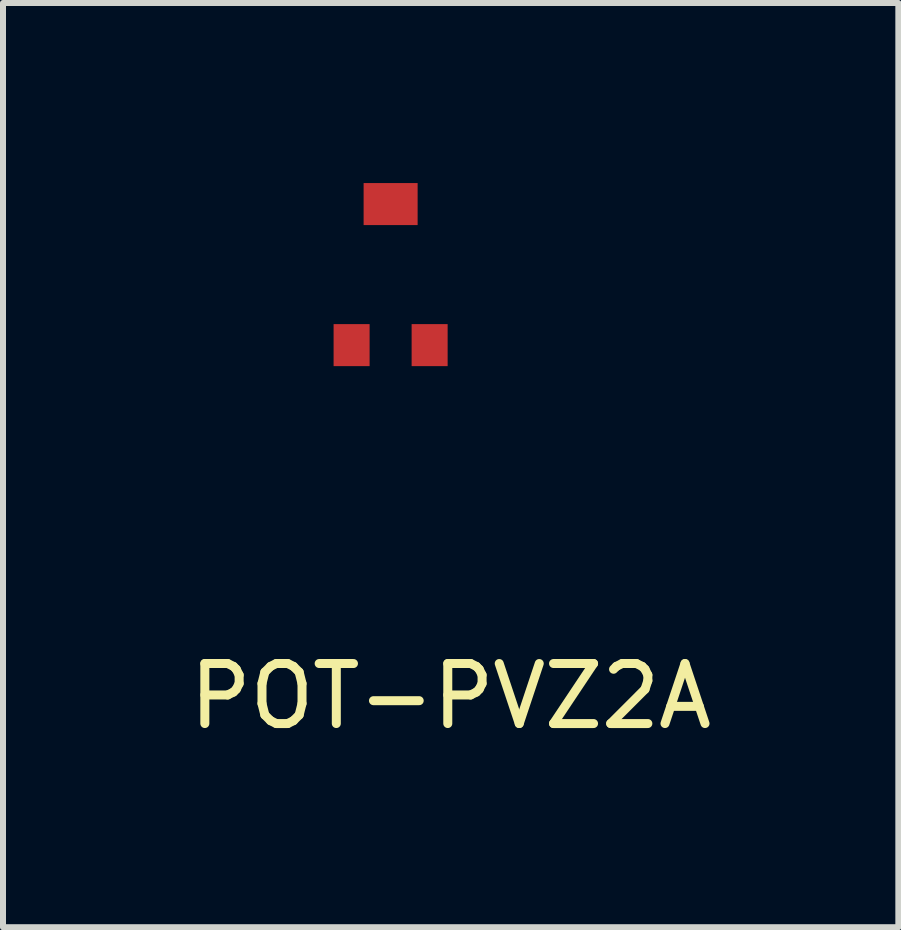
<source format=kicad_pcb>
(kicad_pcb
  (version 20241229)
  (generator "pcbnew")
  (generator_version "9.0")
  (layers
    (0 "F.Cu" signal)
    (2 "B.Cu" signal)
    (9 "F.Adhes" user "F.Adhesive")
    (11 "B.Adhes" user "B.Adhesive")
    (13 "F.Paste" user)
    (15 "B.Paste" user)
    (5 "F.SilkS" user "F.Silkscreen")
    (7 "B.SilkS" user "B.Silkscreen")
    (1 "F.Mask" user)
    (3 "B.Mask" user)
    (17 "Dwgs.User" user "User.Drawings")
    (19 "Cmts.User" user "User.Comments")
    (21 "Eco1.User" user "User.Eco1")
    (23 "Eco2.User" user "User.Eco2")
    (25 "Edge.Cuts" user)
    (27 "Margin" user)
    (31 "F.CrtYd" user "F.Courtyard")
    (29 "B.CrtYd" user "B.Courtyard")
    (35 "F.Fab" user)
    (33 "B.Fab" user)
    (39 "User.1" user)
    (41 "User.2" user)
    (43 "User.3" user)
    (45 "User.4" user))
  (footprint "POT-PVZ2A"
    (layer "F.Cu")
    (at 3.458 1.55)
    (property "Reference" "POT-PVZ2A" (at 1 7 0) (layer "F.SilkS") (effects (font (size 1 1) (thickness 0.15))))
    (attr through_hole)
    (pad "1" smd rect (at -0.65 1.15) (size 0.6 0.7) (layers "F.Cu" "F.Mask" "F.Paste"))
    (pad "2" smd rect (at 0 -1.2) (size 0.9 0.7) (layers "F.Cu" "F.Mask" "F.Paste"))
    (pad "3" smd rect (at 0.65 1.15) (size 0.6 0.7) (layers "F.Cu" "F.Mask" "F.Paste")))
  (gr_rect
    (start -3 -3)
    (end 11.917 12.398)
    (stroke (width 0.1) (type default))
    (fill no)
    (layer "Edge.Cuts")))
</source>
